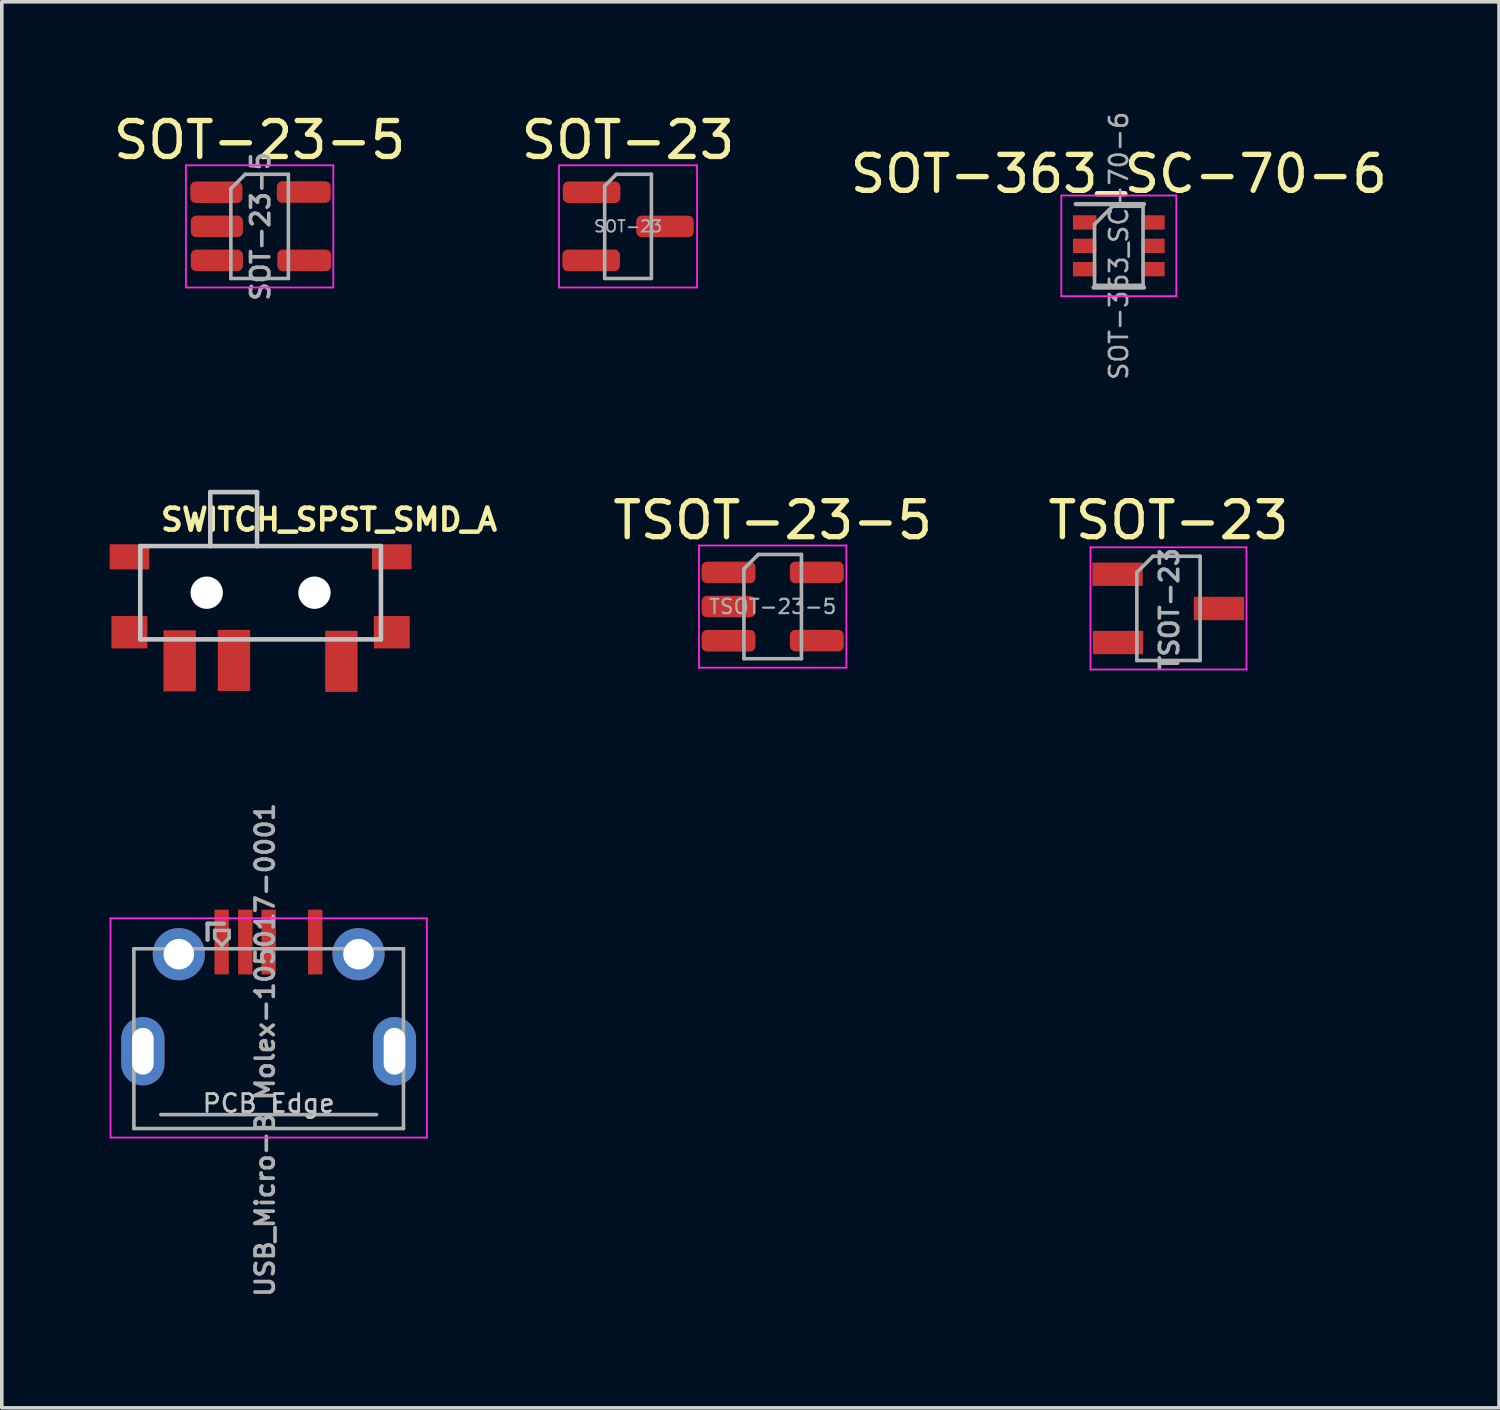
<source format=kicad_pcb>
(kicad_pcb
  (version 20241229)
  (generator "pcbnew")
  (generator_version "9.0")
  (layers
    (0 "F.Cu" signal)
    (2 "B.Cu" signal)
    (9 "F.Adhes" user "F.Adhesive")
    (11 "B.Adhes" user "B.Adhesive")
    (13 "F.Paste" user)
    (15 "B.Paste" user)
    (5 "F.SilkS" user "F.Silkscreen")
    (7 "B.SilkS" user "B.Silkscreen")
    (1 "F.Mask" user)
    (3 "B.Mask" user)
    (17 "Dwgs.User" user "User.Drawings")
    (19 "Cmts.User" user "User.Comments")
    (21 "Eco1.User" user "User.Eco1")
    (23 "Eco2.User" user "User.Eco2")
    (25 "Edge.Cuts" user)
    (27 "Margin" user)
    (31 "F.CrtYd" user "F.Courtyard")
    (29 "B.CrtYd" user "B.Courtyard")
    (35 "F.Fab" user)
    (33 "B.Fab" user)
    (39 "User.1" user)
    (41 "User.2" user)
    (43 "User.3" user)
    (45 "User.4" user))
  (footprint "TSOT-23-5"
    (layer "F.Cu")
    (at 18.447 13.826)
    (property "Reference" "TSOT-23-5" (at 0 -2.4 0) (layer "F.SilkS") (effects (font (size 1 1) (thickness 0.15))))
    (attr smd)
    (fp_line (start -2.05 -1.7) (end -2.05 1.7) (stroke (width 0.05) (type solid)) (layer "F.CrtYd"))
    (fp_line (start -2.05 1.7) (end 2.05 1.7) (stroke (width 0.05) (type solid)) (layer "F.CrtYd"))
    (fp_line (start 2.05 -1.7) (end -2.05 -1.7) (stroke (width 0.05) (type solid)) (layer "F.CrtYd"))
    (fp_line (start 2.05 1.7) (end 2.05 -1.7) (stroke (width 0.05) (type solid)) (layer "F.CrtYd"))
    (fp_line (start -0.8 -1.05) (end -0.4 -1.45) (stroke (width 0.1) (type solid)) (layer "F.Fab"))
    (fp_line (start -0.8 1.45) (end -0.8 -1.05) (stroke (width 0.1) (type solid)) (layer "F.Fab"))
    (fp_line (start -0.4 -1.45) (end 0.8 -1.45) (stroke (width 0.1) (type solid)) (layer "F.Fab"))
    (fp_line (start 0.8 -1.45) (end 0.8 1.45) (stroke (width 0.1) (type solid)) (layer "F.Fab"))
    (fp_line (start 0.8 1.45) (end -0.8 1.45) (stroke (width 0.1) (type solid)) (layer "F.Fab"))
    (fp_text user "${REFERENCE}" (at 0 0 0) (layer "F.Fab") (effects (font (size 0.4 0.4) (thickness 0.06))))
    (pad "1" smd roundrect (at -1.228 -0.95) (size 1.5 0.6) (layers "F.Cu" "F.Mask" "F.Paste") (roundrect_rratio 0.25))
    (pad "2" smd roundrect (at -1.228 0) (size 1.5 0.6) (layers "F.Cu" "F.Mask" "F.Paste") (roundrect_rratio 0.25))
    (pad "3" smd roundrect (at -1.228 0.95) (size 1.5 0.6) (layers "F.Cu" "F.Mask" "F.Paste") (roundrect_rratio 0.25))
    (pad "4" smd roundrect (at 1.228 0.947) (size 1.5 0.6) (layers "F.Cu" "F.Mask" "F.Paste") (roundrect_rratio 0.25))
    (pad "5" smd roundrect (at 1.228 -0.95) (size 1.5 0.6) (layers "F.Cu" "F.Mask" "F.Paste") (roundrect_rratio 0.25)))
  (footprint "USB_Micro-B_Molex-105017-0001"
    (layer "F.Cu")
    (at 4.425 24.959)
    (property "Reference" "USB_Micro-B_Molex-105017-0001" (at -0.102 1.2 90) (layer "F.Fab") (effects (font (size 0.508 0.508) (thickness 0.102))))
    (attr smd)
    (fp_line (start -4.4 -2.46) (end 4.4 -2.46) (stroke (width 0.05) (type solid)) (layer "F.CrtYd"))
    (fp_line (start -4.4 3.64) (end -4.4 -2.46) (stroke (width 0.05) (type solid)) (layer "F.CrtYd"))
    (fp_line (start -4.4 3.64) (end 4.4 3.64) (stroke (width 0.05) (type solid)) (layer "F.CrtYd"))
    (fp_line (start 4.4 -2.46) (end 4.4 3.64) (stroke (width 0.05) (type solid)) (layer "F.CrtYd"))
    (fp_line (start -3.75 -1.613) (end 3.75 -1.613) (stroke (width 0.1) (type solid)) (layer "F.Fab"))
    (fp_line (start -3.75 3.388) (end -3.75 -1.613) (stroke (width 0.1) (type solid)) (layer "F.Fab"))
    (fp_line (start -3.75 3.389) (end 3.75 3.389) (stroke (width 0.1) (type solid)) (layer "F.Fab"))
    (fp_line (start -3 3) (end 3 3) (stroke (width 0.1) (type solid)) (layer "F.Fab"))
    (fp_line (start -1.7 -2.312) (end -1.7 -1.863) (stroke (width 0.12) (type solid)) (layer "F.Fab"))
    (fp_line (start -1.7 -2.312) (end -1.25 -2.312) (stroke (width 0.12) (type solid)) (layer "F.Fab"))
    (fp_line (start -1.5 -2.123) (end -1.5 -1.913) (stroke (width 0.1) (type solid)) (layer "F.Fab"))
    (fp_line (start -1.5 -2.123) (end -1.1 -2.123) (stroke (width 0.1) (type solid)) (layer "F.Fab"))
    (fp_line (start -1.3 -1.712) (end -1.5 -1.913) (stroke (width 0.1) (type solid)) (layer "F.Fab"))
    (fp_line (start -1.1 -2.123) (end -1.1 -1.913) (stroke (width 0.1) (type solid)) (layer "F.Fab"))
    (fp_line (start -1.1 -1.913) (end -1.3 -1.712) (stroke (width 0.1) (type solid)) (layer "F.Fab"))
    (fp_line (start 3.75 3.388) (end 3.75 -1.613) (stroke (width 0.1) (type solid)) (layer "F.Fab"))
    (fp_text user "PCB Edge" (at 0 2.688 180) (layer "Dwgs.User") (effects (font (size 0.5 0.5) (thickness 0.08))))
    (pad "1" smd rect (at -1.309 -1.8) (size 0.4 1.8) (layers "F.Cu" "F.Mask" "F.Paste"))
    (pad "2" smd rect (at -0.65 -1.8) (size 0.4 1.8) (layers "F.Cu" "F.Mask" "F.Paste"))
    (pad "3" smd rect (at -0.002 -1.8) (size 0.4 1.8) (layers "F.Cu" "F.Mask" "F.Paste"))
    (pad "5" smd rect (at 1.296 -1.8) (size 0.4 1.8) (layers "F.Cu" "F.Mask" "F.Paste"))
    (pad "6" thru_hole oval (at -3.5 1.238 180) (size 1.2 1.9) (drill oval 0.6 1.3) (layers "*.Cu" "*.Mask"))
    (pad "6" thru_hole circle (at -2.5 -1.462) (size 1.45 1.45) (drill 0.85) (layers "*.Cu" "*.Mask"))
    (pad "6" thru_hole circle (at 2.5 -1.462) (size 1.45 1.45) (drill 0.85) (layers "*.Cu" "*.Mask"))
    (pad "6" thru_hole oval (at 3.5 1.238) (size 1.2 1.9) (drill oval 0.6 1.3) (layers "*.Cu" "*.Mask")))
  (footprint "SOT-23-5"
    (layer "F.Cu")
    (at 4.173 3.248)
    (property "Reference" "SOT-23-5" (at 0 -2.4 180) (layer "F.SilkS") (effects (font (size 1 1) (thickness 0.15))))
    (attr smd)
    (fp_line (start -2.05 -1.7) (end -2.05 1.7) (stroke (width 0.05) (type solid)) (layer "F.CrtYd"))
    (fp_line (start -2.05 1.7) (end 2.05 1.7) (stroke (width 0.05) (type solid)) (layer "F.CrtYd"))
    (fp_line (start 2.05 -1.7) (end -2.05 -1.7) (stroke (width 0.05) (type solid)) (layer "F.CrtYd"))
    (fp_line (start 2.05 1.7) (end 2.05 -1.7) (stroke (width 0.05) (type solid)) (layer "F.CrtYd"))
    (fp_line (start -0.8 -1.05) (end -0.4 -1.45) (stroke (width 0.1) (type solid)) (layer "F.Fab"))
    (fp_line (start -0.8 1.45) (end -0.8 -1.05) (stroke (width 0.1) (type solid)) (layer "F.Fab"))
    (fp_line (start -0.4 -1.45) (end 0.8 -1.45) (stroke (width 0.1) (type solid)) (layer "F.Fab"))
    (fp_line (start 0.8 -1.45) (end 0.8 1.45) (stroke (width 0.1) (type solid)) (layer "F.Fab"))
    (fp_line (start 0.8 1.45) (end -0.8 1.45) (stroke (width 0.1) (type solid)) (layer "F.Fab"))
    (fp_text user "${REFERENCE}" (at 0.025 0 270) (layer "F.Fab") (effects (font (size 0.508 0.508) (thickness 0.102))))
    (pad "1" smd roundrect (at -1.203 -0.95) (size 1.45 0.6) (layers "F.Cu" "F.Mask" "F.Paste") (roundrect_rratio 0.25))
    (pad "2" smd roundrect (at -1.19 0) (size 1.45 0.6) (layers "F.Cu" "F.Mask" "F.Paste") (roundrect_rratio 0.25))
    (pad "3" smd roundrect (at -1.19 0.947) (size 1.45 0.6) (layers "F.Cu" "F.Mask" "F.Paste") (roundrect_rratio 0.25))
    (pad "4" smd roundrect (at 1.241 0.947) (size 1.5 0.6) (layers "F.Cu" "F.Mask" "F.Paste") (roundrect_rratio 0.25))
    (pad "5" smd roundrect (at 1.228 -0.955) (size 1.5 0.6) (layers "F.Cu" "F.Mask" "F.Paste") (roundrect_rratio 0.25)))
  (footprint "SOT-363_SC-70-6"
    (layer "F.Cu")
    (at 28.077 3.789)
    (property "Reference" "SOT-363_SC-70-6" (at 0 -2 0) (layer "F.SilkS") (effects (font (size 1 1) (thickness 0.15))))
    (attr smd)
    (fp_line (start -1.6 -1.4) (end -1.6 1.4) (stroke (width 0.05) (type solid)) (layer "F.CrtYd"))
    (fp_line (start -1.6 -1.4) (end 1.6 -1.4) (stroke (width 0.05) (type solid)) (layer "F.CrtYd"))
    (fp_line (start -1.6 1.4) (end 1.6 1.4) (stroke (width 0.05) (type solid)) (layer "F.CrtYd"))
    (fp_line (start 1.6 1.4) (end 1.6 -1.4) (stroke (width 0.05) (type solid)) (layer "F.CrtYd"))
    (fp_line (start -0.7 1.16) (end 0.7 1.16) (stroke (width 0.12) (type solid)) (layer "F.Fab"))
    (fp_line (start -0.675 -0.6) (end -0.675 1.1) (stroke (width 0.1) (type solid)) (layer "F.Fab"))
    (fp_line (start -0.175 -1.1) (end -0.675 -0.6) (stroke (width 0.1) (type solid)) (layer "F.Fab"))
    (fp_line (start 0.675 -1.1) (end -0.175 -1.1) (stroke (width 0.1) (type solid)) (layer "F.Fab"))
    (fp_line (start 0.675 -1.1) (end 0.675 1.1) (stroke (width 0.1) (type solid)) (layer "F.Fab"))
    (fp_line (start 0.675 1.1) (end -0.675 1.1) (stroke (width 0.1) (type solid)) (layer "F.Fab"))
    (fp_line (start 0.7 -1.16) (end -1.2 -1.16) (stroke (width 0.12) (type solid)) (layer "F.Fab"))
    (fp_text user "${REFERENCE}" (at 0 0 90) (layer "F.Fab") (effects (font (size 0.5 0.5) (thickness 0.075))))
    (pad "1" smd rect (at -0.95 -0.65) (size 0.65 0.4) (layers "F.Cu" "F.Mask" "F.Paste"))
    (pad "2" smd rect (at -0.95 0) (size 0.65 0.4) (layers "F.Cu" "F.Mask" "F.Paste"))
    (pad "3" smd rect (at -0.95 0.65) (size 0.65 0.4) (layers "F.Cu" "F.Mask" "F.Paste"))
    (pad "4" smd rect (at 0.95 0.65) (size 0.65 0.4) (layers "F.Cu" "F.Mask" "F.Paste"))
    (pad "5" smd rect (at 0.95 0) (size 0.65 0.4) (layers "F.Cu" "F.Mask" "F.Paste"))
    (pad "6" smd rect (at 0.95 -0.65) (size 0.65 0.4) (layers "F.Cu" "F.Mask" "F.Paste")))
  (footprint "TSOT-23"
    (layer "F.Cu")
    (at 29.459 13.876)
    (property "Reference" "TSOT-23" (at 0.000012 -2.45 0) (layer "F.SilkS") (effects (font (size 1 1) (thickness 0.15))))
    (attr smd)
    (fp_line (start -2.17 -1.7) (end -2.17 1.7) (stroke (width 0.05) (type solid)) (layer "F.CrtYd"))
    (fp_line (start -2.17 -1.7) (end 2.17 -1.7) (stroke (width 0.05) (type solid)) (layer "F.CrtYd"))
    (fp_line (start 2.17 1.7) (end -2.17 1.7) (stroke (width 0.05) (type solid)) (layer "F.CrtYd"))
    (fp_line (start 2.17 1.7) (end 2.17 -1.7) (stroke (width 0.05) (type solid)) (layer "F.CrtYd"))
    (fp_line (start -0.88 -1) (end -0.88 1.45) (stroke (width 0.1) (type solid)) (layer "F.Fab"))
    (fp_line (start -0.88 -1) (end -0.43 -1.45) (stroke (width 0.1) (type solid)) (layer "F.Fab"))
    (fp_line (start 0.88 -1.45) (end -0.43 -1.45) (stroke (width 0.1) (type solid)) (layer "F.Fab"))
    (fp_line (start 0.88 -1.45) (end 0.88 1.45) (stroke (width 0.1) (type solid)) (layer "F.Fab"))
    (fp_line (start 0.88 1.45) (end -0.88 1.45) (stroke (width 0.1) (type solid)) (layer "F.Fab"))
    (fp_text user "${REFERENCE}" (at 0.025 0.025 90) (layer "F.Fab") (effects (font (size 0.508 0.508) (thickness 0.102))))
    (pad "1" smd rect (at -1.417 -0.95) (size 1.4 0.65) (layers "F.Cu" "F.Mask" "F.Paste"))
    (pad "2" smd rect (at -1.404 0.95) (size 1.4 0.65) (layers "F.Cu" "F.Mask" "F.Paste"))
    (pad "3" smd rect (at 1.404 0.003) (size 1.4 0.65) (layers "F.Cu" "F.Mask" "F.Paste")))
  (footprint "SWITCH_SPST_SMD_A"
    (layer "F.Cu")
    (at 4.2 13.44)
    (property "Reference" "SWITCH_SPST_SMD_A" (at 1.905 -2.032 180) (layer "F.SilkS") (effects (font (size 0.61 0.61) (thickness 0.127))))
    (attr smd)
    (fp_line (start -3.348 -1.298) (end -3.348 1.298) (stroke (width 0.127) (type solid)) (layer "Dwgs.User"))
    (fp_line (start -3.348 1.298) (end 3.348 1.298) (stroke (width 0.127) (type solid)) (layer "Dwgs.User"))
    (fp_line (start -1.4 -2.799) (end -1.4 -1.298) (stroke (width 0.127) (type solid)) (layer "Dwgs.User"))
    (fp_line (start -1.4 -1.298) (end -3.348 -1.298) (stroke (width 0.127) (type solid)) (layer "Dwgs.User"))
    (fp_line (start -0.099 -2.799) (end -1.4 -2.799) (stroke (width 0.127) (type solid)) (layer "Dwgs.User"))
    (fp_line (start -0.099 -1.298) (end -1.4 -1.298) (stroke (width 0.127) (type solid)) (layer "Dwgs.User"))
    (fp_line (start -0.099 -1.298) (end -0.099 -2.799) (stroke (width 0.127) (type solid)) (layer "Dwgs.User"))
    (fp_line (start 3.348 -1.298) (end -0.099 -1.298) (stroke (width 0.127) (type solid)) (layer "Dwgs.User"))
    (fp_line (start 3.348 1.298) (end 3.348 -1.298) (stroke (width 0.127) (type solid)) (layer "Dwgs.User"))
    (pad "" np_thru_hole circle (at -1.499 0) (size 0.899 0.899) (drill 0.899) (layers "*.Cu" "*.Mask"))
    (pad "" np_thru_hole circle (at 1.499 0) (size 0.899 0.899) (drill 0.899) (layers "*.Cu" "*.Mask"))
    (pad "1" smd rect (at -2.251 1.896 180) (size 0.9 1.7) (layers "F.Cu" "F.Mask" "F.Paste"))
    (pad "2" smd rect (at -0.74 1.883 180) (size 0.9 1.7) (layers "F.Cu" "F.Mask" "F.Paste"))
    (pad "3" smd rect (at 2.248 1.909 180) (size 0.9 1.7) (layers "F.Cu" "F.Mask" "F.Paste"))
    (pad "GND1" smd rect (at -3.65 -0.998) (size 1.1 0.7) (layers "F.Cu" "F.Mask" "F.Paste"))
    (pad "GND2" smd rect (at -3.65 1.1) (size 1 0.9) (layers "F.Cu" "F.Mask" "F.Paste"))
    (pad "GND3" smd rect (at 3.65 -0.998) (size 1.1 0.7) (layers "F.Cu" "F.Mask" "F.Paste"))
    (pad "GND4" smd rect (at 3.65 1.1) (size 1 0.9) (layers "F.Cu" "F.Mask" "F.Paste")))
  (footprint "SOT-23"
    (layer "F.Cu")
    (at 14.423 3.248)
    (property "Reference" "SOT-23" (at 0 -2.4 180) (layer "F.SilkS") (effects (font (size 1 1) (thickness 0.15))))
    (attr smd)
    (fp_line (start -1.92 -1.7) (end -1.92 1.7) (stroke (width 0.05) (type solid)) (layer "F.CrtYd"))
    (fp_line (start -1.92 1.7) (end 1.92 1.7) (stroke (width 0.05) (type solid)) (layer "F.CrtYd"))
    (fp_line (start 1.92 -1.7) (end -1.92 -1.7) (stroke (width 0.05) (type solid)) (layer "F.CrtYd"))
    (fp_line (start 1.92 1.7) (end 1.92 -1.7) (stroke (width 0.05) (type solid)) (layer "F.CrtYd"))
    (fp_line (start -0.65 -1.125) (end -0.325 -1.45) (stroke (width 0.1) (type solid)) (layer "F.Fab"))
    (fp_line (start -0.65 1.45) (end -0.65 -1.125) (stroke (width 0.1) (type solid)) (layer "F.Fab"))
    (fp_line (start -0.325 -1.45) (end 0.65 -1.45) (stroke (width 0.1) (type solid)) (layer "F.Fab"))
    (fp_line (start 0.65 -1.45) (end 0.65 1.45) (stroke (width 0.1) (type solid)) (layer "F.Fab"))
    (fp_line (start 0.65 1.45) (end -0.65 1.45) (stroke (width 0.1) (type solid)) (layer "F.Fab"))
    (fp_text user "${REFERENCE}" (at 0 0 180) (layer "F.Fab") (effects (font (size 0.32 0.32) (thickness 0.05))))
    (pad "1" smd roundrect (at -1.014 -0.95) (size 1.6 0.6) (layers "F.Cu" "F.Mask" "F.Paste") (roundrect_rratio 0.25))
    (pad "2" smd roundrect (at -1.027 0.947) (size 1.6 0.6) (layers "F.Cu" "F.Mask" "F.Paste") (roundrect_rratio 0.25))
    (pad "3" smd roundrect (at 1.027 0.002) (size 1.6 0.6) (layers "F.Cu" "F.Mask" "F.Paste") (roundrect_rratio 0.25)))
  (gr_rect
    (start -3 -3)
    (end 38.655 36.118)
    (stroke (width 0.1) (type default))
    (fill no)
    (layer "Edge.Cuts")))
</source>
